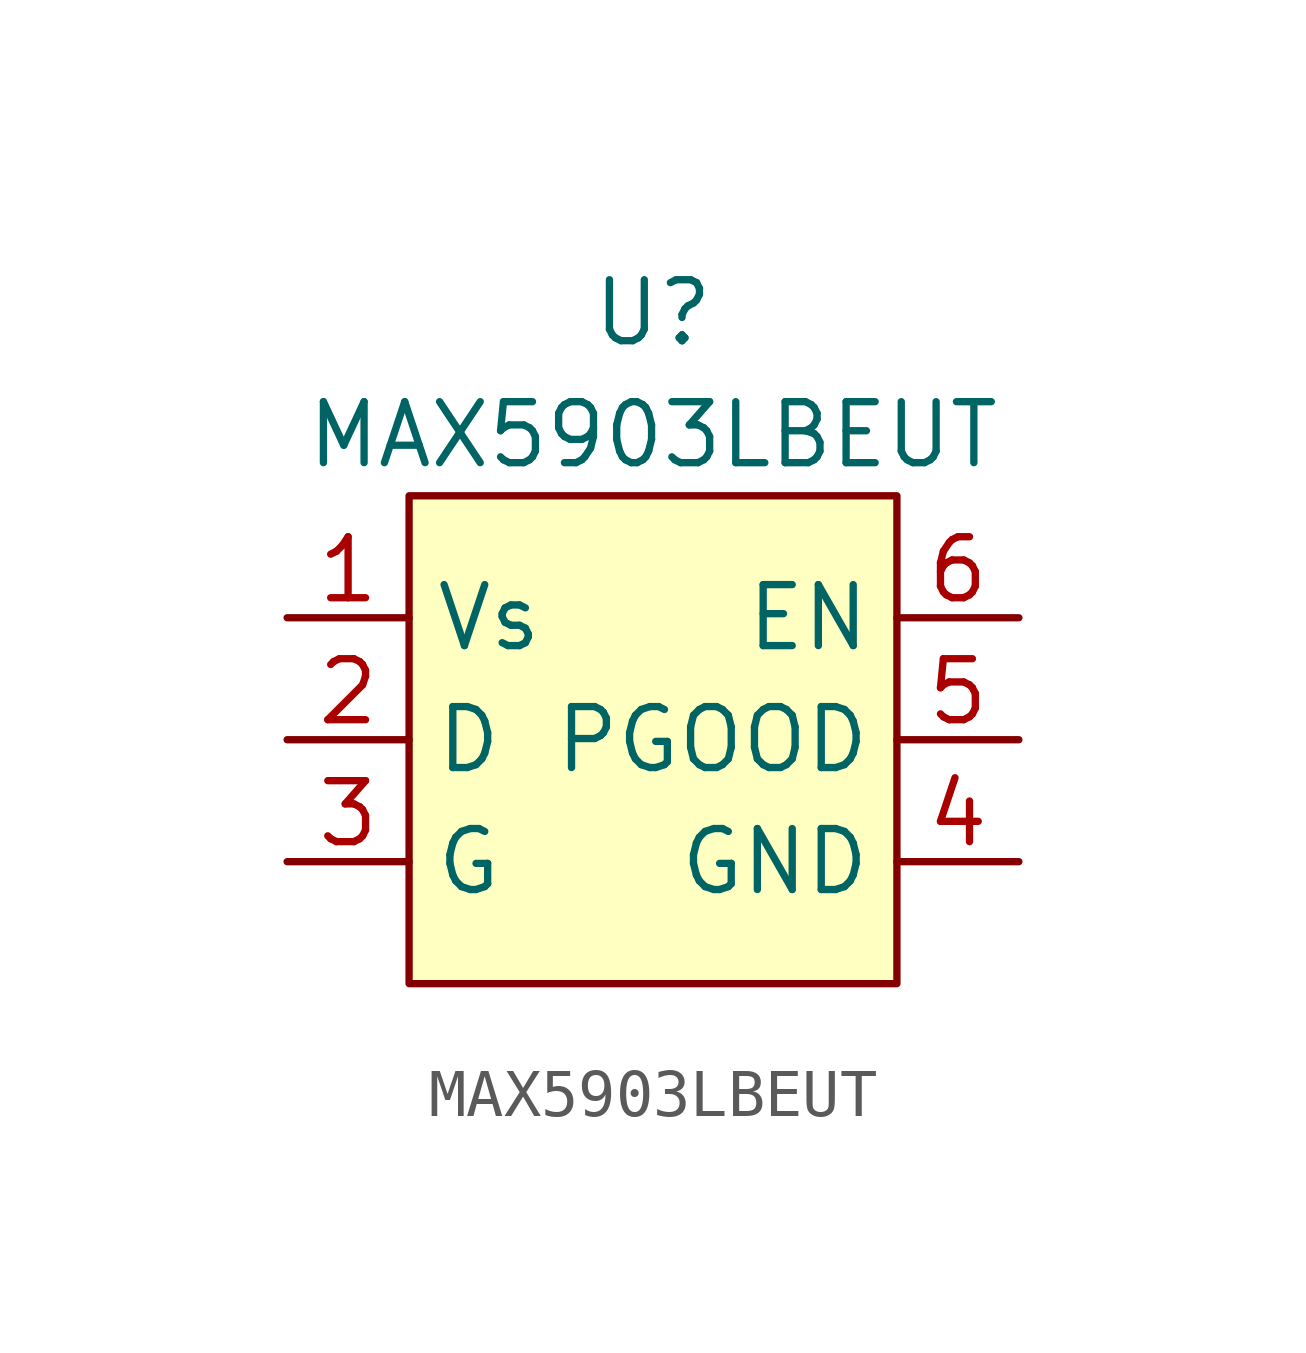
<source format=kicad_sym>
(kicad_symbol_lib
  (version 20220914)
  (generator kicad_symbol_editor)
  (symbol "MAX5903LBEUT"
    (property "Reference" "U"
      (at 0 8.89 0)
      (effects (font (size 1.27 1.27))))
    (property "Value" "MAX5903LBEUT"
      (at 0 6.35 0)
      (effects (font (size 1.27 1.27))))
    (symbol "MAX5903LBEUT_1_1"
      (rectangle (start -5.08 5.08) (end 5.08 -5.08) (stroke (width 0) (type default)) (fill (type background)))
      (pin passive line (at -7.62 2.54 0) (length 2.54) (name "Vs" (effects (font (size 1.27 1.27)))) (number "1" (effects (font (size 1.27 1.27)))))
      (pin passive line (at -7.62 0 0) (length 2.54) (name "D" (effects (font (size 1.27 1.27)))) (number "2" (effects (font (size 1.27 1.27)))))
      (pin passive line (at -7.62 -2.54 0) (length 2.54) (name "G" (effects (font (size 1.27 1.27)))) (number "3" (effects (font (size 1.27 1.27)))))
      (pin passive line (at 7.62 -2.54 180) (length 2.54) (name "GND" (effects (font (size 1.27 1.27)))) (number "4" (effects (font (size 1.27 1.27)))))
      (pin passive line (at 7.62 0 180) (length 2.54) (name "PGOOD" (effects (font (size 1.27 1.27)))) (number "5" (effects (font (size 1.27 1.27)))))
      (pin input line (at 7.62 2.54 180) (length 2.54) (name "EN" (effects (font (size 1.27 1.27)))) (number "6" (effects (font (size 1.27 1.27))))))))
</source>
